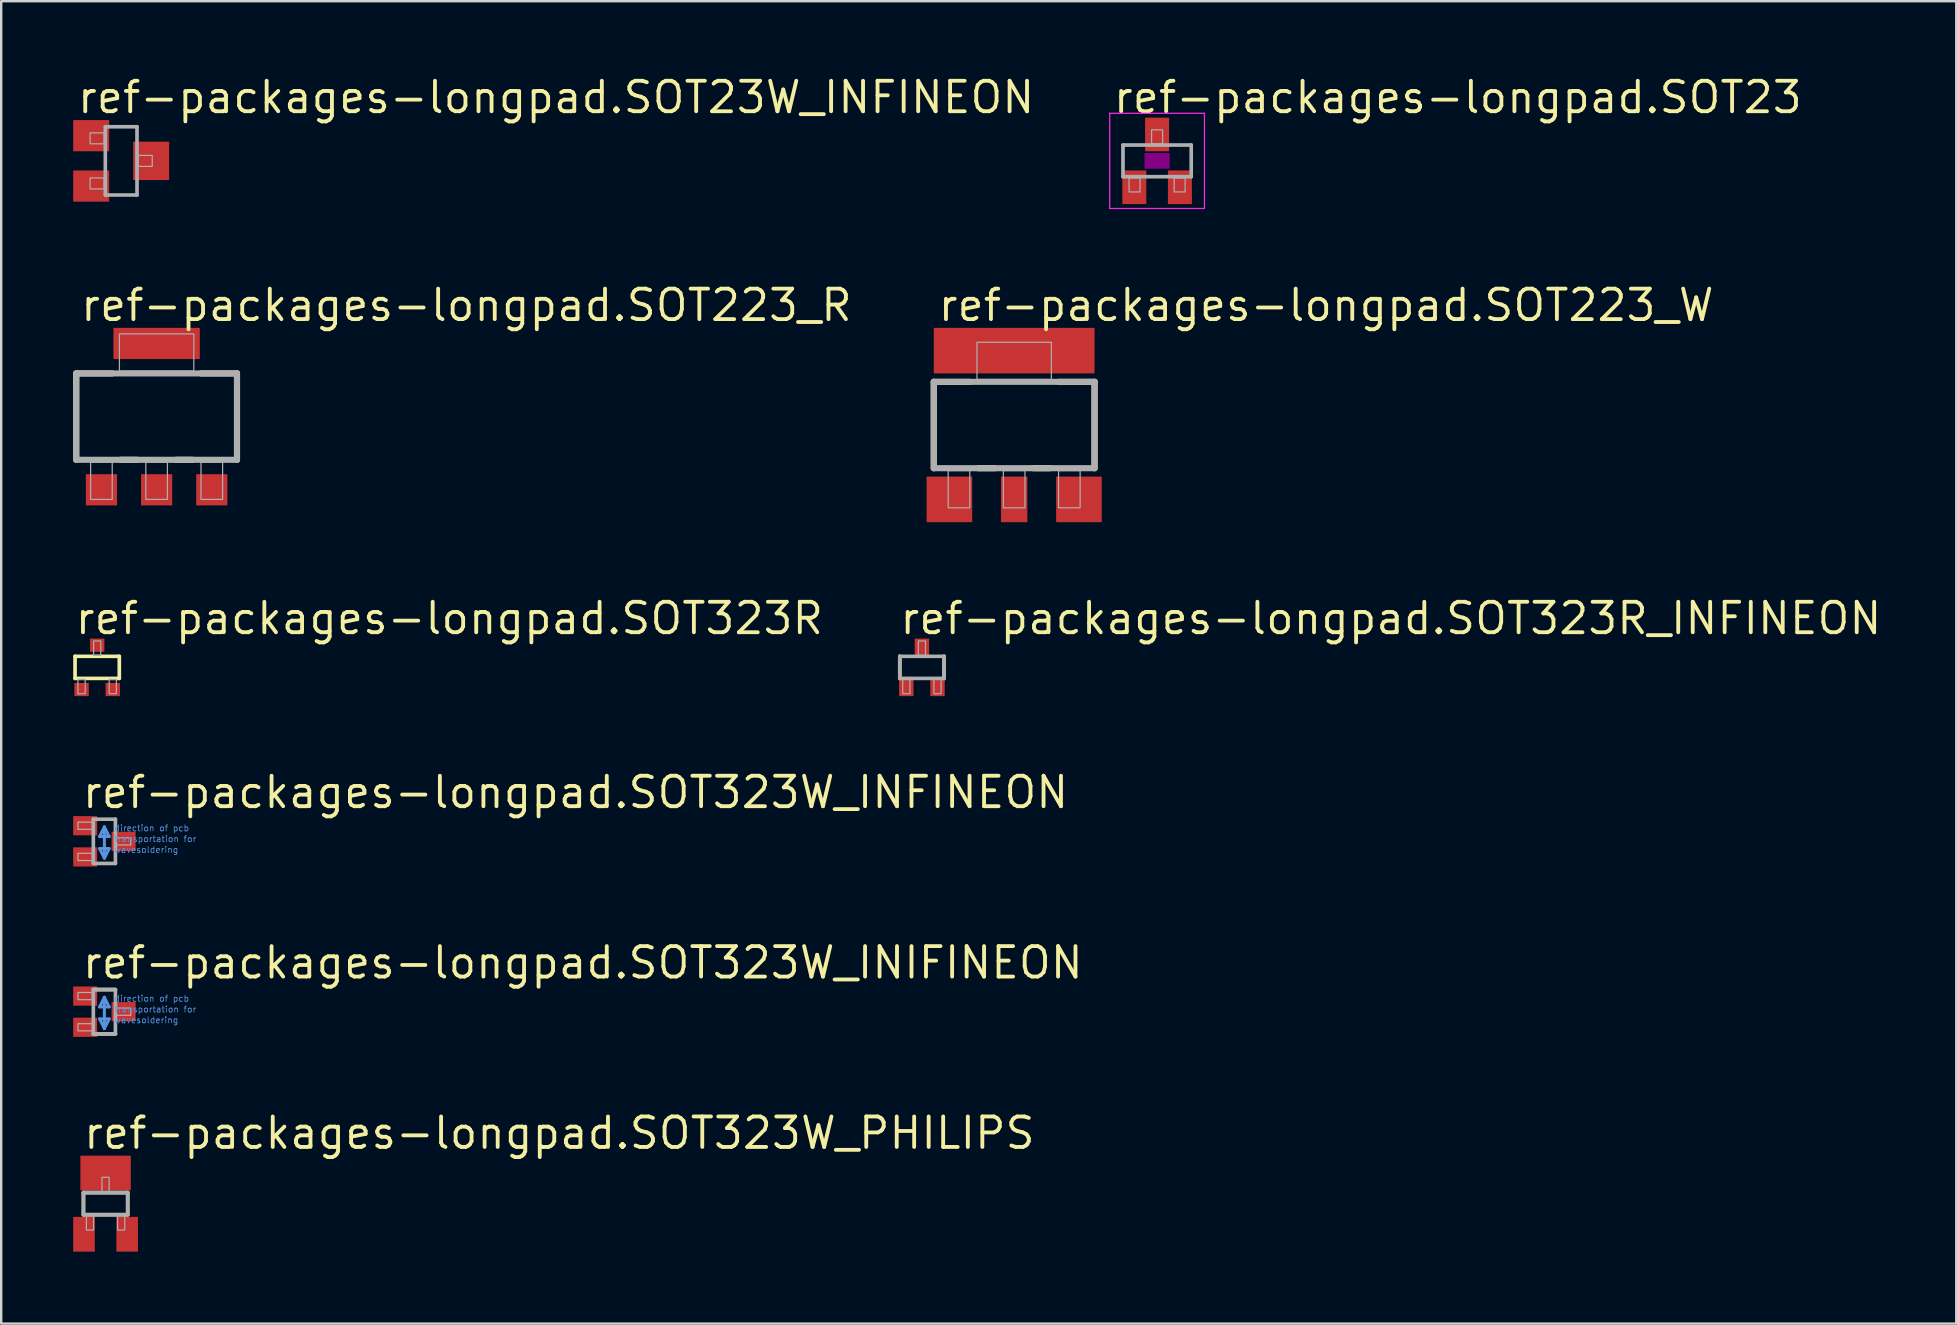
<source format=kicad_pcb>
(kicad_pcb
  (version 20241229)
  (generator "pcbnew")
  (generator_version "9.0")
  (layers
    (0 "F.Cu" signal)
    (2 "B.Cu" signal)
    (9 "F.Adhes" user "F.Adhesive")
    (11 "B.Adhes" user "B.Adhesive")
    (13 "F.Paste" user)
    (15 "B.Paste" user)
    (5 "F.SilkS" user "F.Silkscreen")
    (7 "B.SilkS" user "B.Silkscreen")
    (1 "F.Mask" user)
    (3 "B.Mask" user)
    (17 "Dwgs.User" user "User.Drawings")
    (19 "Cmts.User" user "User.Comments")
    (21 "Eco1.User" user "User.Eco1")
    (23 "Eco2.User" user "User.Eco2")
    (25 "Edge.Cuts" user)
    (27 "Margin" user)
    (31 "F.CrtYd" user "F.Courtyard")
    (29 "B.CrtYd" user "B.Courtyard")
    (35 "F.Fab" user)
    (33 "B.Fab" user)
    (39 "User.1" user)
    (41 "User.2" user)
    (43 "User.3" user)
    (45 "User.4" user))
  (footprint "ref-packages-longpad.SOT323R"
    (layer "F.Cu")
    (at 1 24.763)
    (property "Reference" "ref-packages-longpad.SOT323R" (at -1 -1.3 0) (layer "F.SilkS") (effects (font (size 1.27 1.27) (thickness 0.16)) (justify left bottom)))
    (attr smd)
    (fp_line (start -0.922 -0.46) (end 0.922 -0.46) (stroke (width 0.152) (type default)) (layer "F.SilkS"))
    (fp_line (start -0.922 0.46) (end -0.922 -0.46) (stroke (width 0.152) (type default)) (layer "F.SilkS"))
    (fp_line (start 0.922 -0.46) (end 0.922 0.46) (stroke (width 0.152) (type default)) (layer "F.SilkS"))
    (fp_line (start 0.922 0.46) (end -0.922 0.46) (stroke (width 0.152) (type default)) (layer "F.SilkS"))
    (fp_rect (start -0.8 1.1) (end -0.5 0.5) (stroke (width 0.05) (type default)) (fill no) (layer "F.Fab"))
    (fp_rect (start -0.15 -0.5) (end 0.15 -1.1) (stroke (width 0.05) (type default)) (fill no) (layer "F.Fab"))
    (fp_rect (start 0.5 1.1) (end 0.8 0.5) (stroke (width 0.05) (type default)) (fill no) (layer "F.Fab"))
    (pad "1" smd roundrect (at -0.65 0.925) (size 0.6 0.55) (layers "F.Cu" "F.Mask" "F.Paste") (roundrect_rratio 0.01))
    (pad "2" smd roundrect (at 0.65 0.925) (size 0.6 0.55) (layers "F.Cu" "F.Mask" "F.Paste") (roundrect_rratio 0.01))
    (pad "3" smd roundrect (at 0 -0.925) (size 0.6 0.55) (layers "F.Cu" "F.Mask" "F.Paste") (roundrect_rratio 0.01)))
  (footprint "ref-packages-longpad.SOT323W_INIFINEON"
    (layer "F.Cu")
    (at 1.3 39.113)
    (property "Reference" "ref-packages-longpad.SOT323W_INIFINEON" (at -1 -1.3 0) (layer "F.SilkS") (effects (font (size 1.27 1.27) (thickness 0.16)) (justify left bottom)))
    (attr smd)
    (fp_line (start -0.46 -0.922) (end 0.46 -0.922) (stroke (width 0.152) (type default)) (layer "F.SilkS"))
    (fp_line (start 0.46 0.922) (end -0.46 0.922) (stroke (width 0.152) (type default)) (layer "F.SilkS"))
    (fp_line (start -0.2 -0.2) (end 0.2 -0.2) (stroke (width 0.127) (type default)) (layer "Cmts.User"))
    (fp_line (start -0.2 0.3) (end 0 0.7) (stroke (width 0.127) (type default)) (layer "Cmts.User"))
    (fp_line (start 0 -0.6) (end -0.2 -0.2) (stroke (width 0.127) (type default)) (layer "Cmts.User"))
    (fp_line (start 0 0.7) (end 0 -0.6) (stroke (width 0.127) (type default)) (layer "Cmts.User"))
    (fp_line (start 0 0.7) (end 0.2 0.3) (stroke (width 0.127) (type default)) (layer "Cmts.User"))
    (fp_line (start 0.2 -0.2) (end 0 -0.6) (stroke (width 0.127) (type default)) (layer "Cmts.User"))
    (fp_line (start 0.2 0.3) (end -0.2 0.3) (stroke (width 0.127) (type default)) (layer "Cmts.User"))
    (fp_line (start -0.46 -0.922) (end 0.46 -0.922) (stroke (width 0.152) (type default)) (layer "F.Fab"))
    (fp_line (start -0.46 0.922) (end -0.46 -0.922) (stroke (width 0.152) (type default)) (layer "F.Fab"))
    (fp_line (start 0.46 -0.922) (end 0.46 0.922) (stroke (width 0.152) (type default)) (layer "F.Fab"))
    (fp_line (start 0.46 0.922) (end -0.46 0.922) (stroke (width 0.152) (type default)) (layer "F.Fab"))
    (fp_rect (start -1.1 -0.5) (end -0.5 -0.8) (stroke (width 0.05) (type default)) (fill no) (layer "F.Fab"))
    (fp_rect (start -1.1 0.8) (end -0.5 0.5) (stroke (width 0.05) (type default)) (fill no) (layer "F.Fab"))
    (fp_rect (start 0.5 0.15) (end 1.1 -0.15) (stroke (width 0.05) (type default)) (fill no) (layer "F.Fab"))
    (fp_text user "transportation for" (at 0.4 0.05 0) (layer "Cmts.User") (effects (font (size 0.254 0.254) (thickness 0.03)) (justify left bottom)))
    (fp_text user "wavesoldering" (at 0.4 0.5 0) (layer "Cmts.User") (effects (font (size 0.254 0.254) (thickness 0.03)) (justify left bottom)))
    (fp_text user "direction of pcb" (at 0.4 -0.4 0) (layer "Cmts.User") (effects (font (size 0.254 0.254) (thickness 0.03)) (justify left bottom)))
    (pad "1" smd roundrect (at -0.8 -0.65) (size 1 0.8) (layers "F.Cu" "F.Mask" "F.Paste") (roundrect_rratio 0.01))
    (pad "2" smd roundrect (at 0.8 0) (size 1 0.8) (layers "F.Cu" "F.Mask" "F.Paste") (roundrect_rratio 0.01))
    (pad "3" smd roundrect (at -0.8 0.65) (size 1 0.8) (layers "F.Cu" "F.Mask" "F.Paste") (roundrect_rratio 0.01)))
  (footprint "ref-packages-longpad.SOT223_W"
    (layer "F.Cu")
    (at 39.216 14.663)
    (property "Reference" "ref-packages-longpad.SOT223_W" (at -3.25 -4.25 0) (layer "F.SilkS") (effects (font (size 1.27 1.27) (thickness 0.16)) (justify left bottom)))
    (attr smd)
    (fp_line (start -3.35 -1.8) (end -1.85 -1.8) (stroke (width 0.254) (type default)) (layer "F.SilkS"))
    (fp_line (start -3.35 1.8) (end -3.35 -1.8) (stroke (width 0.254) (type default)) (layer "F.SilkS"))
    (fp_line (start -1.5 1.8) (end -0.8 1.8) (stroke (width 0.254) (type default)) (layer "F.SilkS"))
    (fp_line (start 0.8 1.8) (end 1.5 1.8) (stroke (width 0.254) (type default)) (layer "F.SilkS"))
    (fp_line (start 3.35 -1.8) (end 1.85 -1.8) (stroke (width 0.254) (type default)) (layer "F.SilkS"))
    (fp_line (start 3.35 1.8) (end 3.35 -1.8) (stroke (width 0.254) (type default)) (layer "F.SilkS"))
    (fp_line (start -3.35 -1.8) (end -3.35 1.8) (stroke (width 0.254) (type default)) (layer "F.Fab"))
    (fp_line (start -3.35 1.8) (end 3.35 1.8) (stroke (width 0.254) (type default)) (layer "F.Fab"))
    (fp_line (start 3.35 -1.8) (end -3.35 -1.8) (stroke (width 0.254) (type default)) (layer "F.Fab"))
    (fp_line (start 3.35 1.8) (end 3.35 -1.8) (stroke (width 0.254) (type default)) (layer "F.Fab"))
    (fp_rect (start -2.75 3.45) (end -1.85 1.9) (stroke (width 0.05) (type default)) (fill no) (layer "F.Fab"))
    (fp_rect (start -1.55 -1.9) (end 1.55 -3.45) (stroke (width 0.05) (type default)) (fill no) (layer "F.Fab"))
    (fp_rect (start -0.45 3.45) (end 0.45 1.9) (stroke (width 0.05) (type default)) (fill no) (layer "F.Fab"))
    (fp_rect (start 1.85 3.45) (end 2.75 1.9) (stroke (width 0.05) (type default)) (fill no) (layer "F.Fab"))
    (pad "1" smd roundrect (at -2.7 3.1) (size 1.9 1.9) (layers "F.Cu" "F.Mask" "F.Paste") (roundrect_rratio 0.01))
    (pad "2" smd roundrect (at 0 3.1) (size 1.1 1.9) (layers "F.Cu" "F.Mask" "F.Paste") (roundrect_rratio 0.01))
    (pad "3" smd roundrect (at 2.7 3.1) (size 1.9 1.9) (layers "F.Cu" "F.Mask" "F.Paste") (roundrect_rratio 0.01))
    (pad "4" smd roundrect (at 0 -3.1) (size 6.7 1.9) (layers "F.Cu" "F.Mask" "F.Paste") (roundrect_rratio 0.01)))
  (footprint "ref-packages-longpad.SOT23W_INFINEON"
    (layer "F.Cu")
    (at 2 3.655)
    (property "Reference" "ref-packages-longpad.SOT23W_INFINEON" (at -1.905 -1.905 0) (layer "F.SilkS") (effects (font (size 1.27 1.27) (thickness 0.16)) (justify left bottom)))
    (attr smd)
    (fp_line (start -0.66 -1.422) (end 0.66 -1.422) (stroke (width 0.152) (type default)) (layer "F.Fab"))
    (fp_line (start -0.66 1.422) (end -0.66 -1.422) (stroke (width 0.152) (type default)) (layer "F.Fab"))
    (fp_line (start 0.66 -1.422) (end 0.66 1.422) (stroke (width 0.152) (type default)) (layer "F.Fab"))
    (fp_line (start 0.66 1.422) (end -0.66 1.422) (stroke (width 0.152) (type default)) (layer "F.Fab"))
    (fp_rect (start -1.295 -0.711) (end -0.711 -1.168) (stroke (width 0.05) (type default)) (fill no) (layer "F.Fab"))
    (fp_rect (start -1.295 1.168) (end -0.711 0.711) (stroke (width 0.05) (type default)) (fill no) (layer "F.Fab"))
    (fp_rect (start 0.711 0.229) (end 1.295 -0.229) (stroke (width 0.05) (type default)) (fill no) (layer "F.Fab"))
    (pad "1" smd roundrect (at -1.25 -1.05) (size 1.5 1.3) (layers "F.Cu" "F.Mask" "F.Paste") (roundrect_rratio 0.01))
    (pad "2" smd roundrect (at -1.25 1.05) (size 1.5 1.3) (layers "F.Cu" "F.Mask" "F.Paste") (roundrect_rratio 0.01))
    (pad "3" smd roundrect (at 1.25 0) (size 1.5 1.6) (layers "F.Cu" "F.Mask" "F.Paste") (roundrect_rratio 0.01)))
  (footprint "ref-packages-longpad.SOT323W_PHILIPS"
    (layer "F.Cu")
    (at 1.35 47.113)
    (property "Reference" "ref-packages-longpad.SOT323W_PHILIPS" (at -1 -2.2 0) (layer "F.SilkS") (effects (font (size 1.27 1.27) (thickness 0.16)) (justify left bottom)))
    (attr smd)
    (fp_line (start -0.922 -0.46) (end 0.922 -0.46) (stroke (width 0.152) (type default)) (layer "F.SilkS"))
    (fp_line (start -0.922 0.46) (end -0.922 -0.46) (stroke (width 0.152) (type default)) (layer "F.SilkS"))
    (fp_line (start 0.922 -0.46) (end 0.922 0.46) (stroke (width 0.152) (type default)) (layer "F.SilkS"))
    (fp_line (start 0.922 0.46) (end -0.922 0.46) (stroke (width 0.152) (type default)) (layer "F.SilkS"))
    (fp_line (start -0.922 -0.46) (end 0.922 -0.46) (stroke (width 0.152) (type default)) (layer "F.Fab"))
    (fp_line (start -0.922 0.46) (end -0.922 -0.46) (stroke (width 0.152) (type default)) (layer "F.Fab"))
    (fp_line (start 0.922 -0.46) (end 0.922 0.46) (stroke (width 0.152) (type default)) (layer "F.Fab"))
    (fp_line (start 0.922 0.46) (end -0.922 0.46) (stroke (width 0.152) (type default)) (layer "F.Fab"))
    (fp_rect (start -0.8 1.1) (end -0.5 0.5) (stroke (width 0.05) (type default)) (fill no) (layer "F.Fab"))
    (fp_rect (start -0.15 -0.5) (end 0.15 -1.1) (stroke (width 0.05) (type default)) (fill no) (layer "F.Fab"))
    (fp_rect (start 0.5 1.1) (end 0.8 0.5) (stroke (width 0.05) (type default)) (fill no) (layer "F.Fab"))
    (pad "1" smd roundrect (at -0.9 1.275) (size 0.9 1.45) (layers "F.Cu" "F.Mask" "F.Paste") (roundrect_rratio 0.01))
    (pad "2" smd roundrect (at 0.9 1.275) (size 0.9 1.45) (layers "F.Cu" "F.Mask" "F.Paste") (roundrect_rratio 0.01))
    (pad "3" smd roundrect (at 0 -1.275) (size 2.1 1.45) (layers "F.Cu" "F.Mask" "F.Paste") (roundrect_rratio 0.01)))
  (footprint "ref-packages-longpad.SOT323R_INFINEON"
    (layer "F.Cu")
    (at 35.371 24.763)
    (property "Reference" "ref-packages-longpad.SOT323R_INFINEON" (at -1 -1.3 0) (layer "F.SilkS") (effects (font (size 1.27 1.27) (thickness 0.16)) (justify left bottom)))
    (attr smd)
    (fp_line (start -0.922 0.46) (end -0.922 -0.46) (stroke (width 0.152) (type default)) (layer "F.SilkS"))
    (fp_line (start 0.922 -0.46) (end 0.922 0.46) (stroke (width 0.152) (type default)) (layer "F.SilkS"))
    (fp_line (start -0.922 -0.46) (end 0.922 -0.46) (stroke (width 0.152) (type default)) (layer "F.Fab"))
    (fp_line (start -0.922 0.46) (end -0.922 -0.46) (stroke (width 0.152) (type default)) (layer "F.Fab"))
    (fp_line (start 0.922 -0.46) (end 0.922 0.46) (stroke (width 0.152) (type default)) (layer "F.Fab"))
    (fp_line (start 0.922 0.46) (end -0.922 0.46) (stroke (width 0.152) (type default)) (layer "F.Fab"))
    (fp_rect (start -0.8 1.1) (end -0.5 0.5) (stroke (width 0.05) (type default)) (fill no) (layer "F.Fab"))
    (fp_rect (start -0.15 -0.5) (end 0.15 -1.1) (stroke (width 0.05) (type default)) (fill no) (layer "F.Fab"))
    (fp_rect (start 0.5 1.1) (end 0.8 0.5) (stroke (width 0.05) (type default)) (fill no) (layer "F.Fab"))
    (pad "1" smd roundrect (at -0.65 0.8) (size 0.6 0.8) (layers "F.Cu" "F.Mask" "F.Paste") (roundrect_rratio 0.01))
    (pad "2" smd roundrect (at 0 -0.8) (size 0.6 0.8) (layers "F.Cu" "F.Mask" "F.Paste") (roundrect_rratio 0.01))
    (pad "3" smd roundrect (at 0.65 0.8) (size 0.6 0.8) (layers "F.Cu" "F.Mask" "F.Paste") (roundrect_rratio 0.01)))
  (footprint "ref-packages-longpad.SOT223_R"
    (layer "F.Cu")
    (at 3.477 14.313)
    (property "Reference" "ref-packages-longpad.SOT223_R" (at -3.25 -3.9 0) (layer "F.SilkS") (effects (font (size 1.27 1.27) (thickness 0.16)) (justify left bottom)))
    (attr smd)
    (fp_line (start -3.35 -1.8) (end -1.85 -1.8) (stroke (width 0.254) (type default)) (layer "F.SilkS"))
    (fp_line (start -3.35 1.8) (end -3.35 -1.8) (stroke (width 0.254) (type default)) (layer "F.SilkS"))
    (fp_line (start -1.5 1.8) (end -0.8 1.8) (stroke (width 0.254) (type default)) (layer "F.SilkS"))
    (fp_line (start 0.8 1.8) (end 1.5 1.8) (stroke (width 0.254) (type default)) (layer "F.SilkS"))
    (fp_line (start 3.35 -1.8) (end 1.85 -1.8) (stroke (width 0.254) (type default)) (layer "F.SilkS"))
    (fp_line (start 3.35 1.8) (end 3.35 -1.8) (stroke (width 0.254) (type default)) (layer "F.SilkS"))
    (fp_line (start -3.35 -1.8) (end -3.35 1.8) (stroke (width 0.254) (type default)) (layer "F.Fab"))
    (fp_line (start -3.35 1.8) (end 3.35 1.8) (stroke (width 0.254) (type default)) (layer "F.Fab"))
    (fp_line (start 3.35 -1.8) (end -3.35 -1.8) (stroke (width 0.254) (type default)) (layer "F.Fab"))
    (fp_line (start 3.35 1.8) (end 3.35 -1.8) (stroke (width 0.254) (type default)) (layer "F.Fab"))
    (fp_rect (start -2.75 3.45) (end -1.85 1.9) (stroke (width 0.05) (type default)) (fill no) (layer "F.Fab"))
    (fp_rect (start -1.55 -1.9) (end 1.55 -3.45) (stroke (width 0.05) (type default)) (fill no) (layer "F.Fab"))
    (fp_rect (start -0.45 3.45) (end 0.45 1.9) (stroke (width 0.05) (type default)) (fill no) (layer "F.Fab"))
    (fp_rect (start 1.85 3.45) (end 2.75 1.9) (stroke (width 0.05) (type default)) (fill no) (layer "F.Fab"))
    (pad "1" smd roundrect (at -2.3 3.05) (size 1.3 1.3) (layers "F.Cu" "F.Mask" "F.Paste") (roundrect_rratio 0.01))
    (pad "2" smd roundrect (at 0 3.05) (size 1.3 1.3) (layers "F.Cu" "F.Mask" "F.Paste") (roundrect_rratio 0.01))
    (pad "3" smd roundrect (at 2.3 3.05) (size 1.3 1.3) (layers "F.Cu" "F.Mask" "F.Paste") (roundrect_rratio 0.01))
    (pad "4" smd roundrect (at 0 -3.05) (size 3.6 1.3) (layers "F.Cu" "F.Mask" "F.Paste") (roundrect_rratio 0.01)))
  (footprint "ref-packages-longpad.SOT23"
    (layer "F.Cu")
    (at 45.173 3.655)
    (property "Reference" "ref-packages-longpad.SOT23" (at -1.905 -1.905 0) (layer "F.SilkS") (effects (font (size 1.27 1.27) (thickness 0.16)) (justify left bottom)))
    (attr smd)
    (fp_rect (start -0.5 0.3) (end 0.5 -0.3) (stroke (width 0.05) (type default)) (fill yes) (layer "F.Adhes"))
    (fp_line (start -1.973 -1.983) (end 1.973 -1.983) (stroke (width 0.051) (type default)) (layer "F.CrtYd"))
    (fp_line (start -1.973 1.983) (end -1.973 -1.983) (stroke (width 0.051) (type default)) (layer "F.CrtYd"))
    (fp_line (start 1.973 -1.983) (end 1.973 1.983) (stroke (width 0.051) (type default)) (layer "F.CrtYd"))
    (fp_line (start 1.973 1.983) (end -1.973 1.983) (stroke (width 0.051) (type default)) (layer "F.CrtYd"))
    (fp_line (start -1.422 -0.66) (end 1.422 -0.66) (stroke (width 0.152) (type default)) (layer "F.Fab"))
    (fp_line (start -1.422 0.66) (end -1.422 -0.66) (stroke (width 0.152) (type default)) (layer "F.Fab"))
    (fp_line (start 1.422 -0.66) (end 1.422 0.66) (stroke (width 0.152) (type default)) (layer "F.Fab"))
    (fp_line (start 1.422 0.66) (end -1.422 0.66) (stroke (width 0.152) (type default)) (layer "F.Fab"))
    (fp_rect (start -1.168 1.295) (end -0.711 0.711) (stroke (width 0.05) (type default)) (fill no) (layer "F.Fab"))
    (fp_rect (start -0.229 -0.711) (end 0.229 -1.295) (stroke (width 0.05) (type default)) (fill no) (layer "F.Fab"))
    (fp_rect (start 0.711 1.295) (end 1.168 0.711) (stroke (width 0.05) (type default)) (fill no) (layer "F.Fab"))
    (pad "1" smd roundrect (at -0.95 1.1) (size 1 1.4) (layers "F.Cu" "F.Mask" "F.Paste") (roundrect_rratio 0.01))
    (pad "2" smd roundrect (at 0.95 1.1) (size 1 1.4) (layers "F.Cu" "F.Mask" "F.Paste") (roundrect_rratio 0.01))
    (pad "3" smd roundrect (at 0 -1.1) (size 1 1.4) (layers "F.Cu" "F.Mask" "F.Paste") (roundrect_rratio 0.01)))
  (footprint "ref-packages-longpad.SOT323W_INFINEON"
    (layer "F.Cu")
    (at 1.3 32.013)
    (property "Reference" "ref-packages-longpad.SOT323W_INFINEON" (at -1 -1.3 0) (layer "F.SilkS") (effects (font (size 1.27 1.27) (thickness 0.16)) (justify left bottom)))
    (attr smd)
    (fp_line (start -0.2 -0.2) (end 0.2 -0.2) (stroke (width 0.127) (type default)) (layer "Cmts.User"))
    (fp_line (start -0.2 0.3) (end 0 0.7) (stroke (width 0.127) (type default)) (layer "Cmts.User"))
    (fp_line (start 0 -0.6) (end -0.2 -0.2) (stroke (width 0.127) (type default)) (layer "Cmts.User"))
    (fp_line (start 0 0.7) (end 0 -0.6) (stroke (width 0.127) (type default)) (layer "Cmts.User"))
    (fp_line (start 0 0.7) (end 0.2 0.3) (stroke (width 0.127) (type default)) (layer "Cmts.User"))
    (fp_line (start 0.2 -0.2) (end 0 -0.6) (stroke (width 0.127) (type default)) (layer "Cmts.User"))
    (fp_line (start 0.2 0.3) (end -0.2 0.3) (stroke (width 0.127) (type default)) (layer "Cmts.User"))
    (fp_line (start -0.46 -0.922) (end 0.46 -0.922) (stroke (width 0.152) (type default)) (layer "F.Fab"))
    (fp_line (start -0.46 0.922) (end -0.46 -0.922) (stroke (width 0.152) (type default)) (layer "F.Fab"))
    (fp_line (start 0.46 -0.922) (end 0.46 0.922) (stroke (width 0.152) (type default)) (layer "F.Fab"))
    (fp_line (start 0.46 0.922) (end -0.46 0.922) (stroke (width 0.152) (type default)) (layer "F.Fab"))
    (fp_rect (start -1.1 -0.5) (end -0.5 -0.8) (stroke (width 0.05) (type default)) (fill no) (layer "F.Fab"))
    (fp_rect (start -1.1 0.8) (end -0.5 0.5) (stroke (width 0.05) (type default)) (fill no) (layer "F.Fab"))
    (fp_rect (start 0.5 0.15) (end 1.1 -0.15) (stroke (width 0.05) (type default)) (fill no) (layer "F.Fab"))
    (fp_text user "transportation for" (at 0.4 0.05 0) (layer "Cmts.User") (effects (font (size 0.254 0.254) (thickness 0.03)) (justify left bottom)))
    (fp_text user "wavesoldering" (at 0.4 0.5 0) (layer "Cmts.User") (effects (font (size 0.254 0.254) (thickness 0.03)) (justify left bottom)))
    (fp_text user "direction of pcb" (at 0.4 -0.4 0) (layer "Cmts.User") (effects (font (size 0.254 0.254) (thickness 0.03)) (justify left bottom)))
    (pad "1" smd roundrect (at -0.8 -0.65) (size 1 0.8) (layers "F.Cu" "F.Mask" "F.Paste") (roundrect_rratio 0.01))
    (pad "2" smd roundrect (at 0.8 0) (size 1 0.8) (layers "F.Cu" "F.Mask" "F.Paste") (roundrect_rratio 0.01))
    (pad "3" smd roundrect (at -0.8 0.65) (size 1 0.8) (layers "F.Cu" "F.Mask" "F.Paste") (roundrect_rratio 0.01)))
  (gr_rect
    (start -3 -3)
    (end 78.479 52.113)
    (stroke (width 0.1) (type default))
    (fill no)
    (layer "Edge.Cuts")))
</source>
